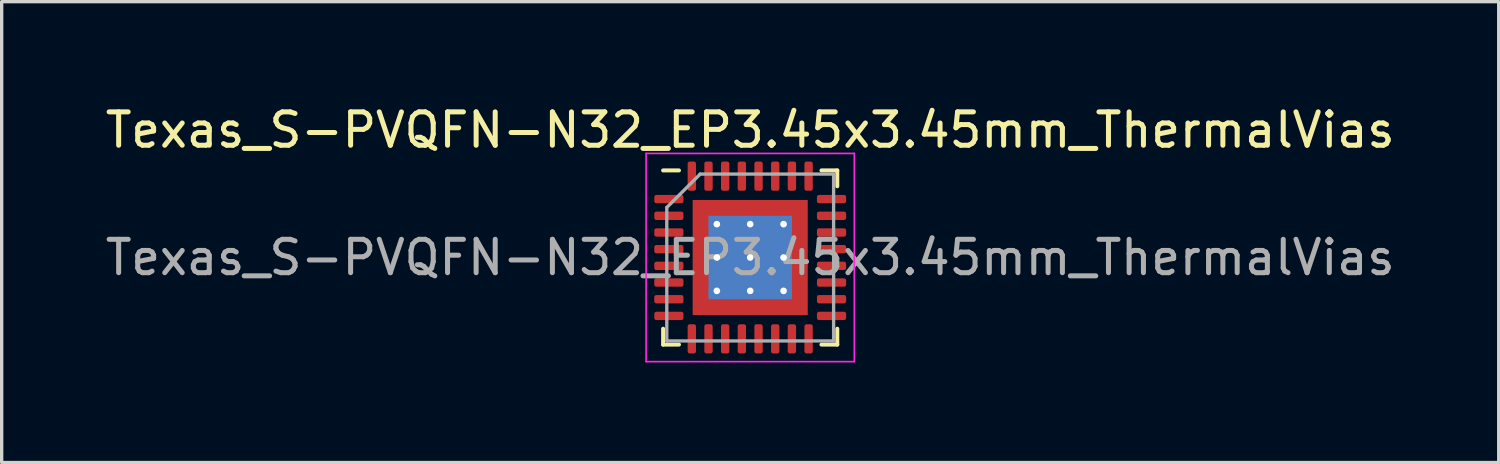
<source format=kicad_pcb>
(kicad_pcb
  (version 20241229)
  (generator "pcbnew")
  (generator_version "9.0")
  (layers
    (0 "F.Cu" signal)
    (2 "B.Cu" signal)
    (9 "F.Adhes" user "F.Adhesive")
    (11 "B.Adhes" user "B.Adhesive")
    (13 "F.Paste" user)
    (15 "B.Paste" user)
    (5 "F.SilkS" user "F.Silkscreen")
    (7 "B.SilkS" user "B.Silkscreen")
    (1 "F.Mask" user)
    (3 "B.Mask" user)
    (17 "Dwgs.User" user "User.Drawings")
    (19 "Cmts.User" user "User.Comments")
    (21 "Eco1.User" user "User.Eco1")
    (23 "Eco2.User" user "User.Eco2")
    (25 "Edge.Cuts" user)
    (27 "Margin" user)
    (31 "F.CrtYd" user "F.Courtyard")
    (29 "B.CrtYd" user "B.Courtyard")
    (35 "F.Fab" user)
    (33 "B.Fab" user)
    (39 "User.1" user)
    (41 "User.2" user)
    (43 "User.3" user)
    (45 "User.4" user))
  (footprint "Texas_S-PVQFN-N32_EP3.45x3.45mm_ThermalVias"
    (layer "F.Cu")
    (at 19.435 4.668)
    (property "Reference" "Texas_S-PVQFN-N32_EP3.45x3.45mm_ThermalVias" (at 0 -3.82 0) (layer "F.SilkS") (effects (font (size 1 1) (thickness 0.15))))
    (attr smd)
    (fp_line (start -2.61 2.61) (end -2.61 2.135) (stroke (width 0.12) (type solid)) (layer "F.SilkS"))
    (fp_line (start -2.135 -2.61) (end -2.61 -2.61) (stroke (width 0.12) (type solid)) (layer "F.SilkS"))
    (fp_line (start -2.135 2.61) (end -2.61 2.61) (stroke (width 0.12) (type solid)) (layer "F.SilkS"))
    (fp_line (start 2.135 -2.61) (end 2.61 -2.61) (stroke (width 0.12) (type solid)) (layer "F.SilkS"))
    (fp_line (start 2.135 2.61) (end 2.61 2.61) (stroke (width 0.12) (type solid)) (layer "F.SilkS"))
    (fp_line (start 2.61 -2.61) (end 2.61 -2.135) (stroke (width 0.12) (type solid)) (layer "F.SilkS"))
    (fp_line (start 2.61 2.61) (end 2.61 2.135) (stroke (width 0.12) (type solid)) (layer "F.SilkS"))
    (fp_line (start -3.12 -3.12) (end -3.12 3.12) (stroke (width 0.05) (type solid)) (layer "F.CrtYd"))
    (fp_line (start -3.12 3.12) (end 3.12 3.12) (stroke (width 0.05) (type solid)) (layer "F.CrtYd"))
    (fp_line (start 3.12 -3.12) (end -3.12 -3.12) (stroke (width 0.05) (type solid)) (layer "F.CrtYd"))
    (fp_line (start 3.12 3.12) (end 3.12 -3.12) (stroke (width 0.05) (type solid)) (layer "F.CrtYd"))
    (fp_line (start -2.5 -1.5) (end -1.5 -2.5) (stroke (width 0.1) (type solid)) (layer "F.Fab"))
    (fp_line (start -2.5 2.5) (end -2.5 -1.5) (stroke (width 0.1) (type solid)) (layer "F.Fab"))
    (fp_line (start -1.5 -2.5) (end 2.5 -2.5) (stroke (width 0.1) (type solid)) (layer "F.Fab"))
    (fp_line (start 2.5 -2.5) (end 2.5 2.5) (stroke (width 0.1) (type solid)) (layer "F.Fab"))
    (fp_line (start 2.5 2.5) (end -2.5 2.5) (stroke (width 0.1) (type solid)) (layer "F.Fab"))
    (fp_text user "${REFERENCE}" (at 0 0 0) (layer "F.Fab") (effects (font (size 1 1) (thickness 0.15))))
    (pad "" smd custom (at -1.363 -1.363) (size 0.484 0.484) (layers "F.Paste") (options (anchor circle)) (primitives (gr_poly (pts (xy 0.192 0.108) (xy 0.108 0.192) (xy -0.192 0.192) (xy -0.192 -0.192) (xy 0.192 -0.192)) (width 0.201) (fill yes))))
    (pad "" smd custom (at -1.363 -0.5) (size 0.503 0.503) (layers "F.Paste") (options (anchor circle)) (primitives (gr_poly (pts (xy 0.21 -0.254) (xy 0.21 0.254) (xy 0.143 0.321) (xy -0.21 0.321) (xy -0.21 -0.321) (xy 0.143 -0.321)) (width 0.164) (fill yes))))
    (pad "" smd custom (at -1.363 0.5) (size 0.503 0.503) (layers "F.Paste") (options (anchor circle)) (primitives (gr_poly (pts (xy 0.21 -0.254) (xy 0.21 0.254) (xy 0.143 0.321) (xy -0.21 0.321) (xy -0.21 -0.321) (xy 0.143 -0.321)) (width 0.164) (fill yes))))
    (pad "" smd custom (at -1.363 1.363) (size 0.484 0.484) (layers "F.Paste") (options (anchor circle)) (primitives (gr_poly (pts (xy 0.192 -0.108) (xy 0.192 0.192) (xy -0.192 0.192) (xy -0.192 -0.192) (xy 0.108 -0.192)) (width 0.201) (fill yes))))
    (pad "" smd custom (at -0.5 -1.363) (size 0.503 0.503) (layers "F.Paste") (options (anchor circle)) (primitives (gr_poly (pts (xy 0.321 0.143) (xy 0.254 0.21) (xy -0.254 0.21) (xy -0.321 0.143) (xy -0.321 -0.21) (xy 0.321 -0.21)) (width 0.164) (fill yes))))
    (pad "" smd roundrect (at -0.5 -0.5) (size 0.806 0.806) (layers "F.Paste") (roundrect_rratio 0.25))
    (pad "" smd roundrect (at -0.5 0.5) (size 0.806 0.806) (layers "F.Paste") (roundrect_rratio 0.25))
    (pad "" smd custom (at -0.5 1.363) (size 0.503 0.503) (layers "F.Paste") (options (anchor circle)) (primitives (gr_poly (pts (xy 0.321 -0.143) (xy 0.321 0.21) (xy -0.321 0.21) (xy -0.321 -0.143) (xy -0.254 -0.21) (xy 0.254 -0.21)) (width 0.164) (fill yes))))
    (pad "" smd custom (at 0.5 -1.363) (size 0.503 0.503) (layers "F.Paste") (options (anchor circle)) (primitives (gr_poly (pts (xy 0.321 0.143) (xy 0.254 0.21) (xy -0.254 0.21) (xy -0.321 0.143) (xy -0.321 -0.21) (xy 0.321 -0.21)) (width 0.164) (fill yes))))
    (pad "" smd roundrect (at 0.5 -0.5) (size 0.806 0.806) (layers "F.Paste") (roundrect_rratio 0.25))
    (pad "" smd roundrect (at 0.5 0.5) (size 0.806 0.806) (layers "F.Paste") (roundrect_rratio 0.25))
    (pad "" smd custom (at 0.5 1.363) (size 0.503 0.503) (layers "F.Paste") (options (anchor circle)) (primitives (gr_poly (pts (xy 0.321 -0.143) (xy 0.321 0.21) (xy -0.321 0.21) (xy -0.321 -0.143) (xy -0.254 -0.21) (xy 0.254 -0.21)) (width 0.164) (fill yes))))
    (pad "" smd custom (at 1.363 -1.363) (size 0.484 0.484) (layers "F.Paste") (options (anchor circle)) (primitives (gr_poly (pts (xy 0.192 0.192) (xy -0.108 0.192) (xy -0.192 0.108) (xy -0.192 -0.192) (xy 0.192 -0.192)) (width 0.201) (fill yes))))
    (pad "" smd custom (at 1.363 -0.5) (size 0.503 0.503) (layers "F.Paste") (options (anchor circle)) (primitives (gr_poly (pts (xy 0.21 0.321) (xy -0.143 0.321) (xy -0.21 0.254) (xy -0.21 -0.254) (xy -0.143 -0.321) (xy 0.21 -0.321)) (width 0.164) (fill yes))))
    (pad "" smd custom (at 1.363 0.5) (size 0.503 0.503) (layers "F.Paste") (options (anchor circle)) (primitives (gr_poly (pts (xy 0.21 0.321) (xy -0.143 0.321) (xy -0.21 0.254) (xy -0.21 -0.254) (xy -0.143 -0.321) (xy 0.21 -0.321)) (width 0.164) (fill yes))))
    (pad "" smd custom (at 1.363 1.363) (size 0.484 0.484) (layers "F.Paste") (options (anchor circle)) (primitives (gr_poly (pts (xy 0.192 0.192) (xy -0.192 0.192) (xy -0.192 -0.108) (xy -0.108 -0.192) (xy 0.192 -0.192)) (width 0.201) (fill yes))))
    (pad "1" smd roundrect (at -2.438 -1.75) (size 0.875 0.25) (layers "F.Cu" "F.Mask" "F.Paste") (roundrect_rratio 0.25))
    (pad "2" smd roundrect (at -2.438 -1.25) (size 0.875 0.25) (layers "F.Cu" "F.Mask" "F.Paste") (roundrect_rratio 0.25))
    (pad "3" smd roundrect (at -2.438 -0.75) (size 0.875 0.25) (layers "F.Cu" "F.Mask" "F.Paste") (roundrect_rratio 0.25))
    (pad "4" smd roundrect (at -2.438 -0.25) (size 0.875 0.25) (layers "F.Cu" "F.Mask" "F.Paste") (roundrect_rratio 0.25))
    (pad "5" smd roundrect (at -2.438 0.25) (size 0.875 0.25) (layers "F.Cu" "F.Mask" "F.Paste") (roundrect_rratio 0.25))
    (pad "6" smd roundrect (at -2.438 0.75) (size 0.875 0.25) (layers "F.Cu" "F.Mask" "F.Paste") (roundrect_rratio 0.25))
    (pad "7" smd roundrect (at -2.438 1.25) (size 0.875 0.25) (layers "F.Cu" "F.Mask" "F.Paste") (roundrect_rratio 0.25))
    (pad "8" smd roundrect (at -2.438 1.75) (size 0.875 0.25) (layers "F.Cu" "F.Mask" "F.Paste") (roundrect_rratio 0.25))
    (pad "9" smd roundrect (at -1.75 2.438) (size 0.25 0.875) (layers "F.Cu" "F.Mask" "F.Paste") (roundrect_rratio 0.25))
    (pad "10" smd roundrect (at -1.25 2.438) (size 0.25 0.875) (layers "F.Cu" "F.Mask" "F.Paste") (roundrect_rratio 0.25))
    (pad "11" smd roundrect (at -0.75 2.438) (size 0.25 0.875) (layers "F.Cu" "F.Mask" "F.Paste") (roundrect_rratio 0.25))
    (pad "12" smd roundrect (at -0.25 2.438) (size 0.25 0.875) (layers "F.Cu" "F.Mask" "F.Paste") (roundrect_rratio 0.25))
    (pad "13" smd roundrect (at 0.25 2.438) (size 0.25 0.875) (layers "F.Cu" "F.Mask" "F.Paste") (roundrect_rratio 0.25))
    (pad "14" smd roundrect (at 0.75 2.438) (size 0.25 0.875) (layers "F.Cu" "F.Mask" "F.Paste") (roundrect_rratio 0.25))
    (pad "15" smd roundrect (at 1.25 2.438) (size 0.25 0.875) (layers "F.Cu" "F.Mask" "F.Paste") (roundrect_rratio 0.25))
    (pad "16" smd roundrect (at 1.75 2.438) (size 0.25 0.875) (layers "F.Cu" "F.Mask" "F.Paste") (roundrect_rratio 0.25))
    (pad "17" smd roundrect (at 2.438 1.75) (size 0.875 0.25) (layers "F.Cu" "F.Mask" "F.Paste") (roundrect_rratio 0.25))
    (pad "18" smd roundrect (at 2.438 1.25) (size 0.875 0.25) (layers "F.Cu" "F.Mask" "F.Paste") (roundrect_rratio 0.25))
    (pad "19" smd roundrect (at 2.438 0.75) (size 0.875 0.25) (layers "F.Cu" "F.Mask" "F.Paste") (roundrect_rratio 0.25))
    (pad "20" smd roundrect (at 2.438 0.25) (size 0.875 0.25) (layers "F.Cu" "F.Mask" "F.Paste") (roundrect_rratio 0.25))
    (pad "21" smd roundrect (at 2.438 -0.25) (size 0.875 0.25) (layers "F.Cu" "F.Mask" "F.Paste") (roundrect_rratio 0.25))
    (pad "22" smd roundrect (at 2.438 -0.75) (size 0.875 0.25) (layers "F.Cu" "F.Mask" "F.Paste") (roundrect_rratio 0.25))
    (pad "23" smd roundrect (at 2.438 -1.25) (size 0.875 0.25) (layers "F.Cu" "F.Mask" "F.Paste") (roundrect_rratio 0.25))
    (pad "24" smd roundrect (at 2.438 -1.75) (size 0.875 0.25) (layers "F.Cu" "F.Mask" "F.Paste") (roundrect_rratio 0.25))
    (pad "25" smd roundrect (at 1.75 -2.438) (size 0.25 0.875) (layers "F.Cu" "F.Mask" "F.Paste") (roundrect_rratio 0.25))
    (pad "26" smd roundrect (at 1.25 -2.438) (size 0.25 0.875) (layers "F.Cu" "F.Mask" "F.Paste") (roundrect_rratio 0.25))
    (pad "27" smd roundrect (at 0.75 -2.438) (size 0.25 0.875) (layers "F.Cu" "F.Mask" "F.Paste") (roundrect_rratio 0.25))
    (pad "28" smd roundrect (at 0.25 -2.438) (size 0.25 0.875) (layers "F.Cu" "F.Mask" "F.Paste") (roundrect_rratio 0.25))
    (pad "29" smd roundrect (at -0.25 -2.438) (size 0.25 0.875) (layers "F.Cu" "F.Mask" "F.Paste") (roundrect_rratio 0.25))
    (pad "30" smd roundrect (at -0.75 -2.438) (size 0.25 0.875) (layers "F.Cu" "F.Mask" "F.Paste") (roundrect_rratio 0.25))
    (pad "31" smd roundrect (at -1.25 -2.438) (size 0.25 0.875) (layers "F.Cu" "F.Mask" "F.Paste") (roundrect_rratio 0.25))
    (pad "32" smd roundrect (at -1.75 -2.438) (size 0.25 0.875) (layers "F.Cu" "F.Mask" "F.Paste") (roundrect_rratio 0.25))
    (pad "33" thru_hole circle (at -1 -1) (size 0.5 0.5) (drill 0.2) (layers "*.Cu"))
    (pad "33" thru_hole circle (at -1 0) (size 0.5 0.5) (drill 0.2) (layers "*.Cu"))
    (pad "33" thru_hole circle (at -1 1) (size 0.5 0.5) (drill 0.2) (layers "*.Cu"))
    (pad "33" thru_hole circle (at 0 -1) (size 0.5 0.5) (drill 0.2) (layers "*.Cu"))
    (pad "33" thru_hole circle (at 0 0) (size 0.5 0.5) (drill 0.2) (layers "*.Cu"))
    (pad "33" smd rect (at 0 0) (size 2.5 2.5) (layers "B.Cu"))
    (pad "33" smd rect (at 0 0) (size 3.45 3.45) (layers "F.Cu" "F.Mask"))
    (pad "33" thru_hole circle (at 0 1) (size 0.5 0.5) (drill 0.2) (layers "*.Cu"))
    (pad "33" thru_hole circle (at 1 -1) (size 0.5 0.5) (drill 0.2) (layers "*.Cu"))
    (pad "33" thru_hole circle (at 1 0) (size 0.5 0.5) (drill 0.2) (layers "*.Cu"))
    (pad "33" thru_hole circle (at 1 1) (size 0.5 0.5) (drill 0.2) (layers "*.Cu")))
  (gr_rect
    (start -3 -3)
    (end 41.869 10.813)
    (stroke (width 0.1) (type default))
    (fill no)
    (layer "Edge.Cuts")))
</source>
